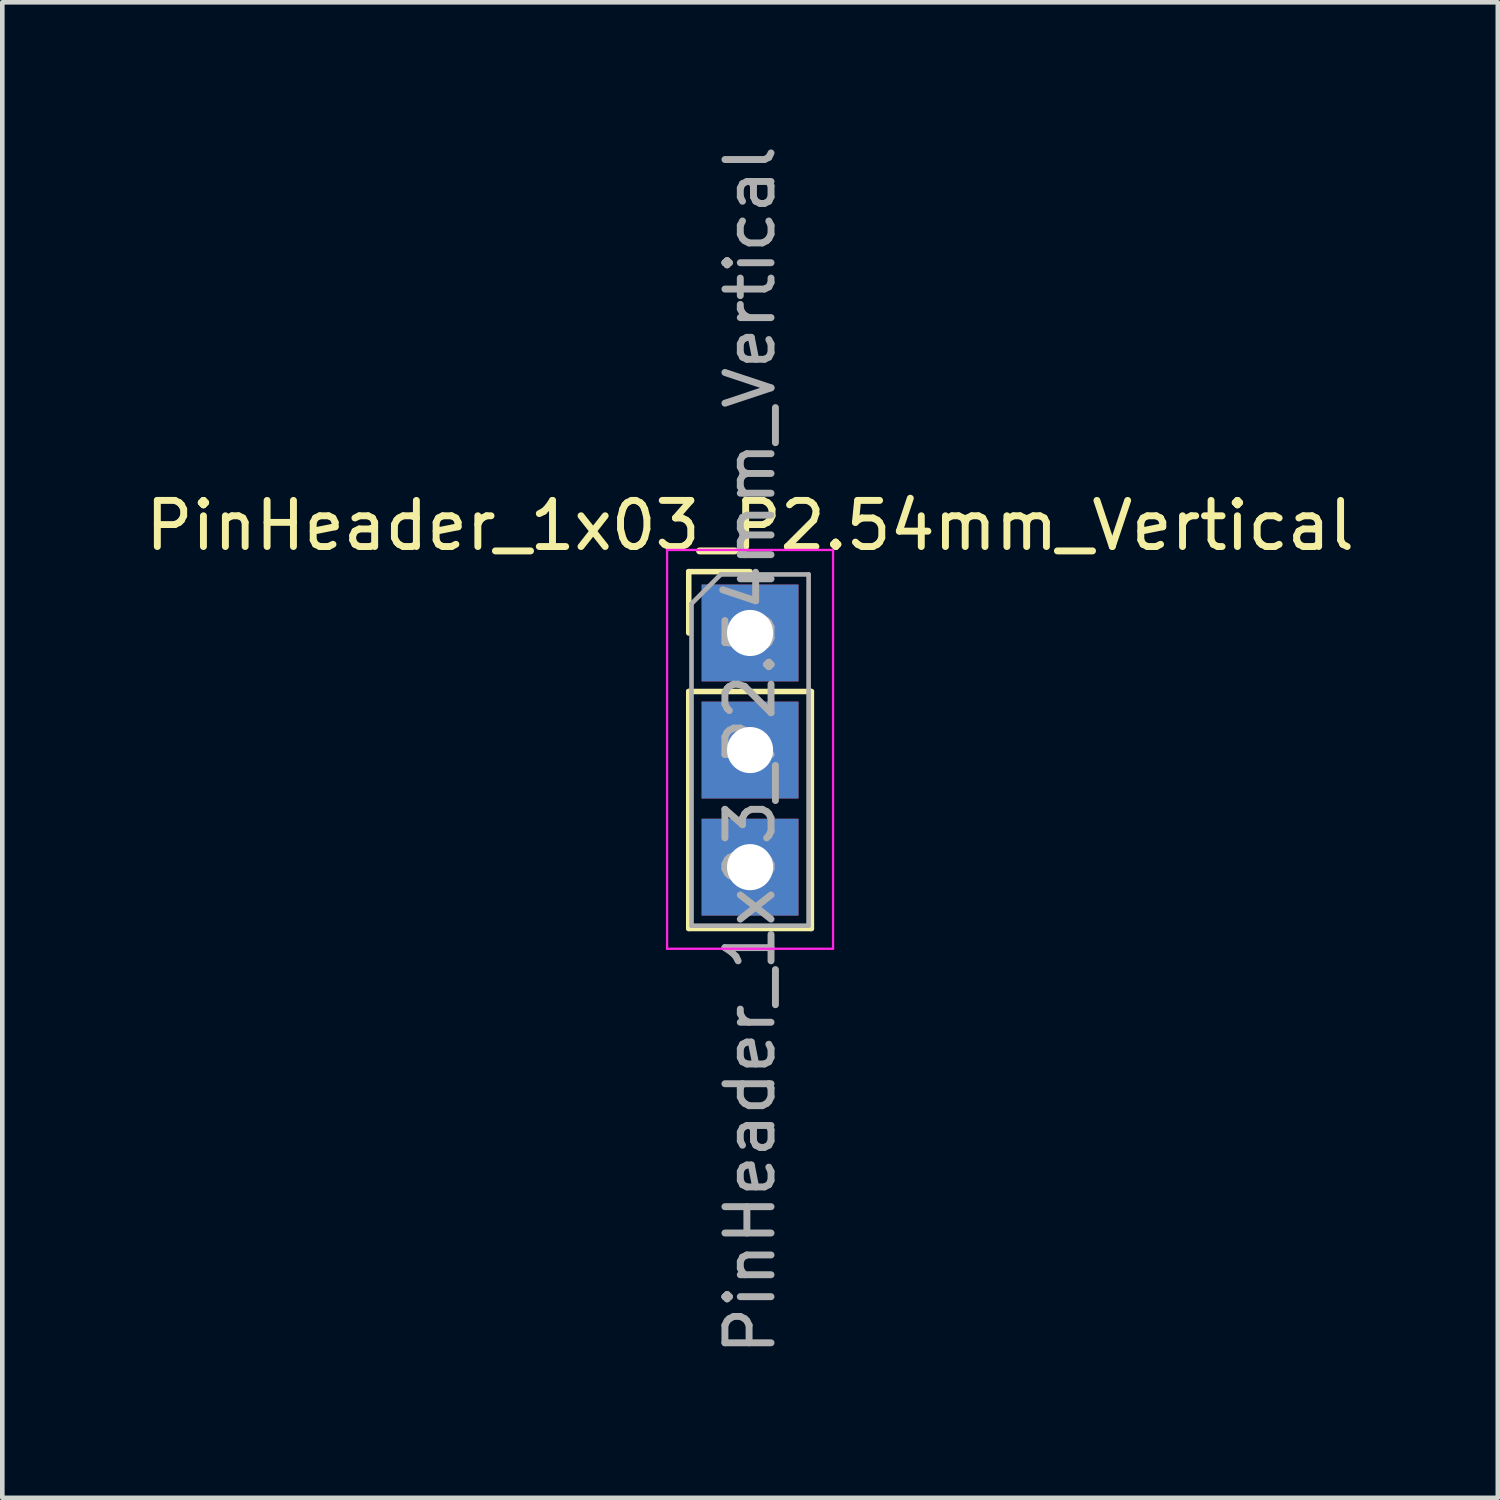
<source format=kicad_pcb>
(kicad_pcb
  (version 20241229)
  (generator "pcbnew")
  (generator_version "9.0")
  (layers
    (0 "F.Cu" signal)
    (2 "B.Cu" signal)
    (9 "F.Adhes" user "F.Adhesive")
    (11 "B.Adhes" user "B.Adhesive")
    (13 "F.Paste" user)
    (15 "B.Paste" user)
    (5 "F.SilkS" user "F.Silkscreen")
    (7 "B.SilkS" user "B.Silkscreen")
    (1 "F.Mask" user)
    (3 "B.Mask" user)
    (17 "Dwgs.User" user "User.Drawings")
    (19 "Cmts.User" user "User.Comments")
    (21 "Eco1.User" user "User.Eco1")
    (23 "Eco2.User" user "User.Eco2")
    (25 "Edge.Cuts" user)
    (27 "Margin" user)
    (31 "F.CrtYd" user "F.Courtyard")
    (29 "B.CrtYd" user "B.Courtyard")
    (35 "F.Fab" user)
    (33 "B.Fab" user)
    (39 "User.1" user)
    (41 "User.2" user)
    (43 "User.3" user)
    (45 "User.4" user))
  (footprint "PinHeader_1x03_P2.54mm_Vertical"
    (layer "F.Cu")
    (at 13.22 10.68)
    (property "Reference" "PinHeader_1x03_P2.54mm_Vertical" (at 0 -2.33 0) (layer "F.SilkS") (effects (font (size 1 1) (thickness 0.15))))
    (attr through_hole)
    (fp_line (start -1.33 -1.33) (end 0 -1.33) (stroke (width 0.12) (type solid)) (layer "F.SilkS"))
    (fp_line (start -1.33 0) (end -1.33 -1.33) (stroke (width 0.12) (type solid)) (layer "F.SilkS"))
    (fp_line (start -1.33 1.27) (end -1.33 6.41) (stroke (width 0.12) (type solid)) (layer "F.SilkS"))
    (fp_line (start -1.33 1.27) (end 1.33 1.27) (stroke (width 0.12) (type solid)) (layer "F.SilkS"))
    (fp_line (start -1.33 6.41) (end 1.33 6.41) (stroke (width 0.12) (type solid)) (layer "F.SilkS"))
    (fp_line (start 1.33 1.27) (end 1.33 6.41) (stroke (width 0.12) (type solid)) (layer "F.SilkS"))
    (fp_line (start -1.8 -1.8) (end -1.8 6.85) (stroke (width 0.05) (type solid)) (layer "F.CrtYd"))
    (fp_line (start -1.8 6.85) (end 1.8 6.85) (stroke (width 0.05) (type solid)) (layer "F.CrtYd"))
    (fp_line (start 1.8 -1.8) (end -1.8 -1.8) (stroke (width 0.05) (type solid)) (layer "F.CrtYd"))
    (fp_line (start 1.8 6.85) (end 1.8 -1.8) (stroke (width 0.05) (type solid)) (layer "F.CrtYd"))
    (fp_line (start -1.27 -0.635) (end -0.635 -1.27) (stroke (width 0.1) (type solid)) (layer "F.Fab"))
    (fp_line (start -1.27 6.35) (end -1.27 -0.635) (stroke (width 0.1) (type solid)) (layer "F.Fab"))
    (fp_line (start -0.635 -1.27) (end 1.27 -1.27) (stroke (width 0.1) (type solid)) (layer "F.Fab"))
    (fp_line (start 1.27 -1.27) (end 1.27 6.35) (stroke (width 0.1) (type solid)) (layer "F.Fab"))
    (fp_line (start 1.27 6.35) (end -1.27 6.35) (stroke (width 0.1) (type solid)) (layer "F.Fab"))
    (fp_text user "${REFERENCE}" (at 0 2.54 90) (layer "F.Fab") (effects (font (size 1 1) (thickness 0.15))))
    (pad "1" thru_hole rect (at 0 0) (size 2.1 2.1) (drill 1) (layers "*.Cu" "*.Mask"))
    (pad "2" thru_hole rect (at 0 2.54) (size 2.1 2.1) (drill 1) (layers "*.Cu" "*.Mask"))
    (pad "3" thru_hole rect (at 0 5.08) (size 2.1 2.1) (drill 1) (layers "*.Cu" "*.Mask")))
  (gr_rect
    (start -3 -3)
    (end 29.44 29.44)
    (stroke (width 0.1) (type default))
    (fill no)
    (layer "Edge.Cuts")))
</source>
